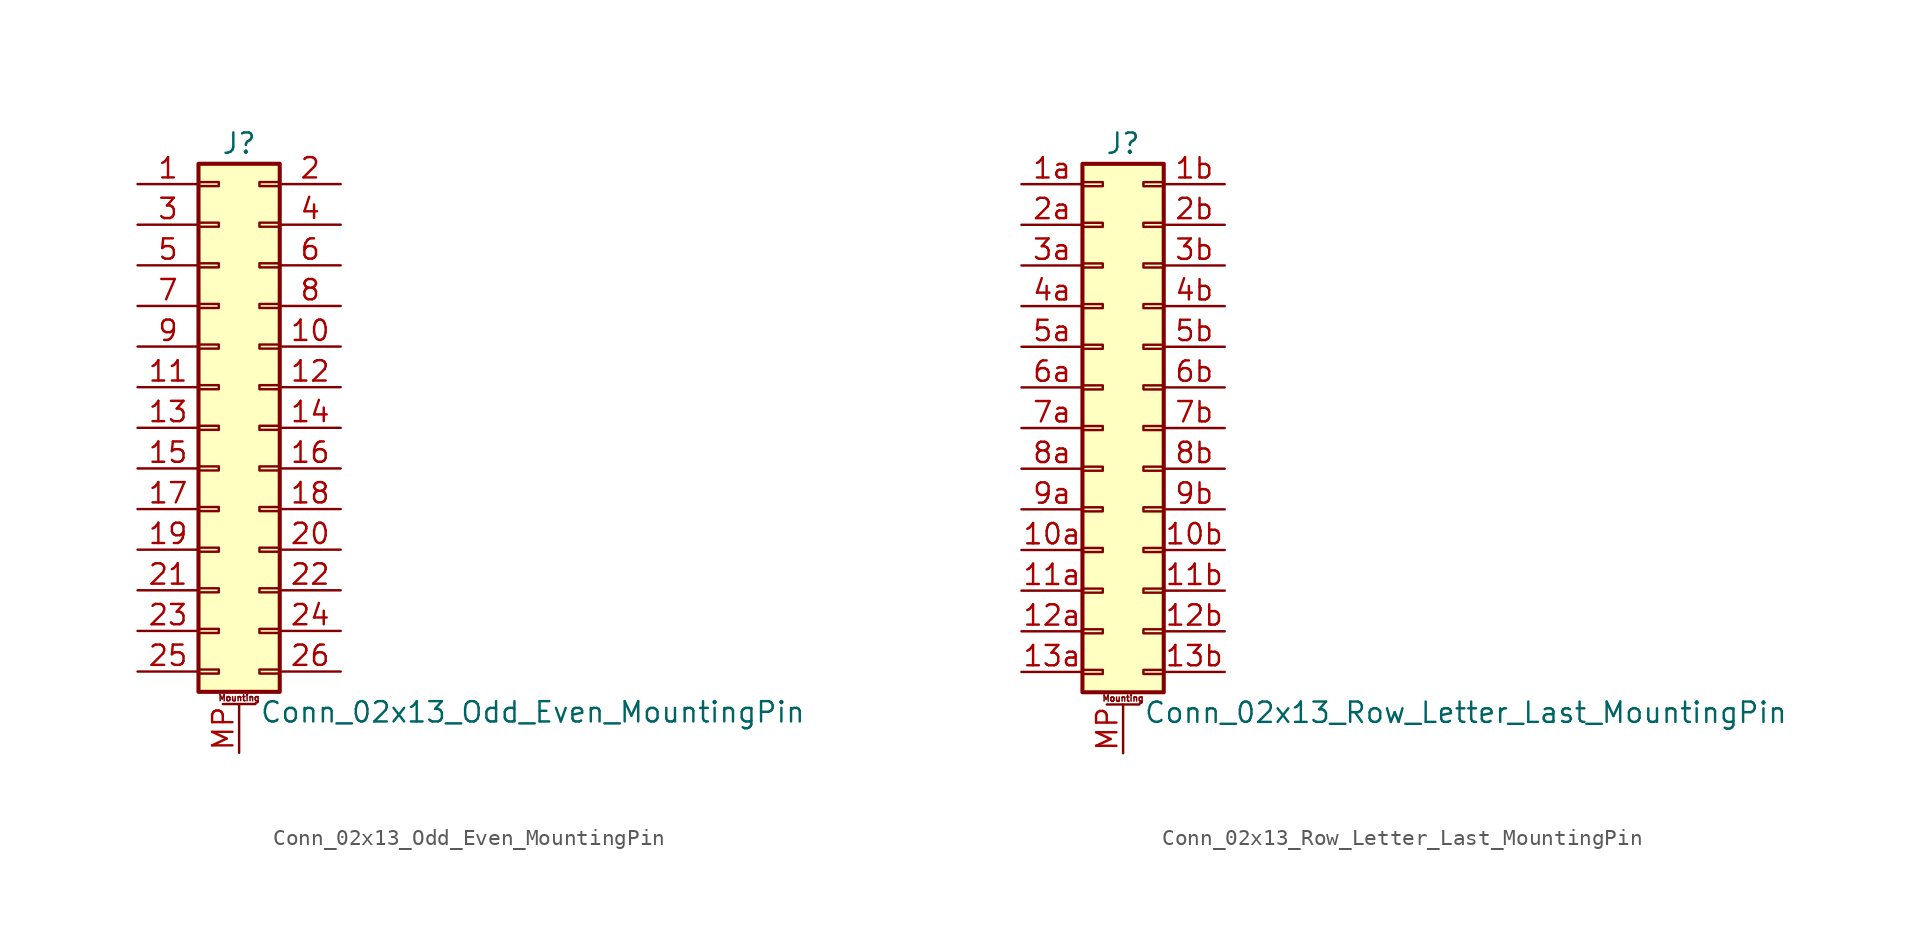
<source format=kicad_sym>
(kicad_symbol_lib
  (version 20201005)
  (generator kicad_symbol_editor)
  (symbol "Conn_02x13_Odd_Even_MountingPin"
    (pin_names
      (offset 1.016) hide)
    (property "Reference" "J"
      (at 1.27 17.78 0)
      (effects (font (size 1.27 1.27))))
    (property "Value" "Conn_02x13_Odd_Even_MountingPin"
      (at 2.54 -17.78 0)
      (effects (font (size 1.27 1.27)) (justify left)))
    (symbol "Conn_02x13_Odd_Even_MountingPin_1_1"
      (text "Mounting" (at 1.27 -16.891 0) (effects (font (size 0.381 0.381))))
      (rectangle (start -1.27 -15.113) (end 0 -15.367) (stroke (width 0.152)) (fill (type none)))
      (rectangle (start -1.27 -12.573) (end 0 -12.827) (stroke (width 0.152)) (fill (type none)))
      (rectangle (start -1.27 -10.033) (end 0 -10.287) (stroke (width 0.152)) (fill (type none)))
      (rectangle (start -1.27 -7.493) (end 0 -7.747) (stroke (width 0.152)) (fill (type none)))
      (rectangle (start -1.27 -4.953) (end 0 -5.207) (stroke (width 0.152)) (fill (type none)))
      (rectangle (start -1.27 -2.413) (end 0 -2.667) (stroke (width 0.152)) (fill (type none)))
      (rectangle (start -1.27 0.127) (end 0 -0.127) (stroke (width 0.152)) (fill (type none)))
      (rectangle (start -1.27 2.667) (end 0 2.413) (stroke (width 0.152)) (fill (type none)))
      (rectangle (start -1.27 5.207) (end 0 4.953) (stroke (width 0.152)) (fill (type none)))
      (rectangle (start -1.27 7.747) (end 0 7.493) (stroke (width 0.152)) (fill (type none)))
      (rectangle (start -1.27 10.287) (end 0 10.033) (stroke (width 0.152)) (fill (type none)))
      (rectangle (start -1.27 12.827) (end 0 12.573) (stroke (width 0.152)) (fill (type none)))
      (rectangle (start -1.27 15.367) (end 0 15.113) (stroke (width 0.152)) (fill (type none)))
      (rectangle (start -1.27 16.51) (end 3.81 -16.51) (stroke (width 0.254)) (fill (type background)))
      (rectangle (start 3.81 -15.113) (end 2.54 -15.367) (stroke (width 0.152)) (fill (type none)))
      (rectangle (start 3.81 -12.573) (end 2.54 -12.827) (stroke (width 0.152)) (fill (type none)))
      (rectangle (start 3.81 -10.033) (end 2.54 -10.287) (stroke (width 0.152)) (fill (type none)))
      (rectangle (start 3.81 -7.493) (end 2.54 -7.747) (stroke (width 0.152)) (fill (type none)))
      (rectangle (start 3.81 -4.953) (end 2.54 -5.207) (stroke (width 0.152)) (fill (type none)))
      (rectangle (start 3.81 -2.413) (end 2.54 -2.667) (stroke (width 0.152)) (fill (type none)))
      (rectangle (start 3.81 0.127) (end 2.54 -0.127) (stroke (width 0.152)) (fill (type none)))
      (rectangle (start 3.81 2.667) (end 2.54 2.413) (stroke (width 0.152)) (fill (type none)))
      (rectangle (start 3.81 5.207) (end 2.54 4.953) (stroke (width 0.152)) (fill (type none)))
      (rectangle (start 3.81 7.747) (end 2.54 7.493) (stroke (width 0.152)) (fill (type none)))
      (rectangle (start 3.81 10.287) (end 2.54 10.033) (stroke (width 0.152)) (fill (type none)))
      (rectangle (start 3.81 12.827) (end 2.54 12.573) (stroke (width 0.152)) (fill (type none)))
      (rectangle (start 3.81 15.367) (end 2.54 15.113) (stroke (width 0.152)) (fill (type none)))
      (polyline (pts (xy 0.254 -17.272) (xy 2.286 -17.272)) (stroke (width 0.152)) (fill (type none)))
      (pin passive line (at -5.08 15.24 0) (length 3.81) (name "Pin_1" (effects (font (size 1.27 1.27)))) (number "1" (effects (font (size 1.27 1.27)))))
      (pin passive line (at 7.62 5.08 180) (length 3.81) (name "Pin_10" (effects (font (size 1.27 1.27)))) (number "10" (effects (font (size 1.27 1.27)))))
      (pin passive line (at -5.08 2.54 0) (length 3.81) (name "Pin_11" (effects (font (size 1.27 1.27)))) (number "11" (effects (font (size 1.27 1.27)))))
      (pin passive line (at 7.62 2.54 180) (length 3.81) (name "Pin_12" (effects (font (size 1.27 1.27)))) (number "12" (effects (font (size 1.27 1.27)))))
      (pin passive line (at -5.08 0 0) (length 3.81) (name "Pin_13" (effects (font (size 1.27 1.27)))) (number "13" (effects (font (size 1.27 1.27)))))
      (pin passive line (at 7.62 0 180) (length 3.81) (name "Pin_14" (effects (font (size 1.27 1.27)))) (number "14" (effects (font (size 1.27 1.27)))))
      (pin passive line (at -5.08 -2.54 0) (length 3.81) (name "Pin_15" (effects (font (size 1.27 1.27)))) (number "15" (effects (font (size 1.27 1.27)))))
      (pin passive line (at 7.62 -2.54 180) (length 3.81) (name "Pin_16" (effects (font (size 1.27 1.27)))) (number "16" (effects (font (size 1.27 1.27)))))
      (pin passive line (at -5.08 -5.08 0) (length 3.81) (name "Pin_17" (effects (font (size 1.27 1.27)))) (number "17" (effects (font (size 1.27 1.27)))))
      (pin passive line (at 7.62 -5.08 180) (length 3.81) (name "Pin_18" (effects (font (size 1.27 1.27)))) (number "18" (effects (font (size 1.27 1.27)))))
      (pin passive line (at -5.08 -7.62 0) (length 3.81) (name "Pin_19" (effects (font (size 1.27 1.27)))) (number "19" (effects (font (size 1.27 1.27)))))
      (pin passive line (at 7.62 15.24 180) (length 3.81) (name "Pin_2" (effects (font (size 1.27 1.27)))) (number "2" (effects (font (size 1.27 1.27)))))
      (pin passive line (at 7.62 -7.62 180) (length 3.81) (name "Pin_20" (effects (font (size 1.27 1.27)))) (number "20" (effects (font (size 1.27 1.27)))))
      (pin passive line (at -5.08 -10.16 0) (length 3.81) (name "Pin_21" (effects (font (size 1.27 1.27)))) (number "21" (effects (font (size 1.27 1.27)))))
      (pin passive line (at 7.62 -10.16 180) (length 3.81) (name "Pin_22" (effects (font (size 1.27 1.27)))) (number "22" (effects (font (size 1.27 1.27)))))
      (pin passive line (at -5.08 -12.7 0) (length 3.81) (name "Pin_23" (effects (font (size 1.27 1.27)))) (number "23" (effects (font (size 1.27 1.27)))))
      (pin passive line (at 7.62 -12.7 180) (length 3.81) (name "Pin_24" (effects (font (size 1.27 1.27)))) (number "24" (effects (font (size 1.27 1.27)))))
      (pin passive line (at -5.08 -15.24 0) (length 3.81) (name "Pin_25" (effects (font (size 1.27 1.27)))) (number "25" (effects (font (size 1.27 1.27)))))
      (pin passive line (at 7.62 -15.24 180) (length 3.81) (name "Pin_26" (effects (font (size 1.27 1.27)))) (number "26" (effects (font (size 1.27 1.27)))))
      (pin passive line (at -5.08 12.7 0) (length 3.81) (name "Pin_3" (effects (font (size 1.27 1.27)))) (number "3" (effects (font (size 1.27 1.27)))))
      (pin passive line (at 7.62 12.7 180) (length 3.81) (name "Pin_4" (effects (font (size 1.27 1.27)))) (number "4" (effects (font (size 1.27 1.27)))))
      (pin passive line (at -5.08 10.16 0) (length 3.81) (name "Pin_5" (effects (font (size 1.27 1.27)))) (number "5" (effects (font (size 1.27 1.27)))))
      (pin passive line (at 7.62 10.16 180) (length 3.81) (name "Pin_6" (effects (font (size 1.27 1.27)))) (number "6" (effects (font (size 1.27 1.27)))))
      (pin passive line (at -5.08 7.62 0) (length 3.81) (name "Pin_7" (effects (font (size 1.27 1.27)))) (number "7" (effects (font (size 1.27 1.27)))))
      (pin passive line (at 7.62 7.62 180) (length 3.81) (name "Pin_8" (effects (font (size 1.27 1.27)))) (number "8" (effects (font (size 1.27 1.27)))))
      (pin passive line (at -5.08 5.08 0) (length 3.81) (name "Pin_9" (effects (font (size 1.27 1.27)))) (number "9" (effects (font (size 1.27 1.27)))))
      (pin passive line (at 1.27 -20.32 90) (length 3.048) (name "MountPin" (effects (font (size 1.27 1.27)))) (number "MP" (effects (font (size 1.27 1.27)))))))
  (symbol "Conn_02x13_Row_Letter_Last_MountingPin"
    (pin_names
      (offset 1.016) hide)
    (property "Reference" "J"
      (at 1.27 17.78 0)
      (effects (font (size 1.27 1.27))))
    (property "Value" "Conn_02x13_Row_Letter_Last_MountingPin"
      (at 2.54 -17.78 0)
      (effects (font (size 1.27 1.27)) (justify left)))
    (symbol "Conn_02x13_Row_Letter_Last_MountingPin_1_1"
      (text "Mounting" (at 1.27 -16.891 0) (effects (font (size 0.381 0.381))))
      (rectangle (start -1.27 -15.113) (end 0 -15.367) (stroke (width 0.152)) (fill (type none)))
      (rectangle (start -1.27 -12.573) (end 0 -12.827) (stroke (width 0.152)) (fill (type none)))
      (rectangle (start -1.27 -10.033) (end 0 -10.287) (stroke (width 0.152)) (fill (type none)))
      (rectangle (start -1.27 -7.493) (end 0 -7.747) (stroke (width 0.152)) (fill (type none)))
      (rectangle (start -1.27 -4.953) (end 0 -5.207) (stroke (width 0.152)) (fill (type none)))
      (rectangle (start -1.27 -2.413) (end 0 -2.667) (stroke (width 0.152)) (fill (type none)))
      (rectangle (start -1.27 0.127) (end 0 -0.127) (stroke (width 0.152)) (fill (type none)))
      (rectangle (start -1.27 2.667) (end 0 2.413) (stroke (width 0.152)) (fill (type none)))
      (rectangle (start -1.27 5.207) (end 0 4.953) (stroke (width 0.152)) (fill (type none)))
      (rectangle (start -1.27 7.747) (end 0 7.493) (stroke (width 0.152)) (fill (type none)))
      (rectangle (start -1.27 10.287) (end 0 10.033) (stroke (width 0.152)) (fill (type none)))
      (rectangle (start -1.27 12.827) (end 0 12.573) (stroke (width 0.152)) (fill (type none)))
      (rectangle (start -1.27 15.367) (end 0 15.113) (stroke (width 0.152)) (fill (type none)))
      (rectangle (start -1.27 16.51) (end 3.81 -16.51) (stroke (width 0.254)) (fill (type background)))
      (rectangle (start 3.81 -15.113) (end 2.54 -15.367) (stroke (width 0.152)) (fill (type none)))
      (rectangle (start 3.81 -12.573) (end 2.54 -12.827) (stroke (width 0.152)) (fill (type none)))
      (rectangle (start 3.81 -10.033) (end 2.54 -10.287) (stroke (width 0.152)) (fill (type none)))
      (rectangle (start 3.81 -7.493) (end 2.54 -7.747) (stroke (width 0.152)) (fill (type none)))
      (rectangle (start 3.81 -4.953) (end 2.54 -5.207) (stroke (width 0.152)) (fill (type none)))
      (rectangle (start 3.81 -2.413) (end 2.54 -2.667) (stroke (width 0.152)) (fill (type none)))
      (rectangle (start 3.81 0.127) (end 2.54 -0.127) (stroke (width 0.152)) (fill (type none)))
      (rectangle (start 3.81 2.667) (end 2.54 2.413) (stroke (width 0.152)) (fill (type none)))
      (rectangle (start 3.81 5.207) (end 2.54 4.953) (stroke (width 0.152)) (fill (type none)))
      (rectangle (start 3.81 7.747) (end 2.54 7.493) (stroke (width 0.152)) (fill (type none)))
      (rectangle (start 3.81 10.287) (end 2.54 10.033) (stroke (width 0.152)) (fill (type none)))
      (rectangle (start 3.81 12.827) (end 2.54 12.573) (stroke (width 0.152)) (fill (type none)))
      (rectangle (start 3.81 15.367) (end 2.54 15.113) (stroke (width 0.152)) (fill (type none)))
      (polyline (pts (xy 0.254 -17.272) (xy 2.286 -17.272)) (stroke (width 0.152)) (fill (type none)))
      (pin passive line (at -5.08 -7.62 0) (length 3.81) (name "Pin_10a" (effects (font (size 1.27 1.27)))) (number "10a" (effects (font (size 1.27 1.27)))))
      (pin passive line (at 7.62 -7.62 180) (length 3.81) (name "Pin_10b" (effects (font (size 1.27 1.27)))) (number "10b" (effects (font (size 1.27 1.27)))))
      (pin passive line (at -5.08 -10.16 0) (length 3.81) (name "Pin_11a" (effects (font (size 1.27 1.27)))) (number "11a" (effects (font (size 1.27 1.27)))))
      (pin passive line (at 7.62 -10.16 180) (length 3.81) (name "Pin_11b" (effects (font (size 1.27 1.27)))) (number "11b" (effects (font (size 1.27 1.27)))))
      (pin passive line (at -5.08 -12.7 0) (length 3.81) (name "Pin_12a" (effects (font (size 1.27 1.27)))) (number "12a" (effects (font (size 1.27 1.27)))))
      (pin passive line (at 7.62 -12.7 180) (length 3.81) (name "Pin_12b" (effects (font (size 1.27 1.27)))) (number "12b" (effects (font (size 1.27 1.27)))))
      (pin passive line (at -5.08 -15.24 0) (length 3.81) (name "Pin_13a" (effects (font (size 1.27 1.27)))) (number "13a" (effects (font (size 1.27 1.27)))))
      (pin passive line (at 7.62 -15.24 180) (length 3.81) (name "Pin_13b" (effects (font (size 1.27 1.27)))) (number "13b" (effects (font (size 1.27 1.27)))))
      (pin passive line (at -5.08 15.24 0) (length 3.81) (name "Pin_1a" (effects (font (size 1.27 1.27)))) (number "1a" (effects (font (size 1.27 1.27)))))
      (pin passive line (at 7.62 15.24 180) (length 3.81) (name "Pin_1b" (effects (font (size 1.27 1.27)))) (number "1b" (effects (font (size 1.27 1.27)))))
      (pin passive line (at -5.08 12.7 0) (length 3.81) (name "Pin_2a" (effects (font (size 1.27 1.27)))) (number "2a" (effects (font (size 1.27 1.27)))))
      (pin passive line (at 7.62 12.7 180) (length 3.81) (name "Pin_2b" (effects (font (size 1.27 1.27)))) (number "2b" (effects (font (size 1.27 1.27)))))
      (pin passive line (at -5.08 10.16 0) (length 3.81) (name "Pin_3a" (effects (font (size 1.27 1.27)))) (number "3a" (effects (font (size 1.27 1.27)))))
      (pin passive line (at 7.62 10.16 180) (length 3.81) (name "Pin_3b" (effects (font (size 1.27 1.27)))) (number "3b" (effects (font (size 1.27 1.27)))))
      (pin passive line (at -5.08 7.62 0) (length 3.81) (name "Pin_4a" (effects (font (size 1.27 1.27)))) (number "4a" (effects (font (size 1.27 1.27)))))
      (pin passive line (at 7.62 7.62 180) (length 3.81) (name "Pin_4b" (effects (font (size 1.27 1.27)))) (number "4b" (effects (font (size 1.27 1.27)))))
      (pin passive line (at -5.08 5.08 0) (length 3.81) (name "Pin_5a" (effects (font (size 1.27 1.27)))) (number "5a" (effects (font (size 1.27 1.27)))))
      (pin passive line (at 7.62 5.08 180) (length 3.81) (name "Pin_5b" (effects (font (size 1.27 1.27)))) (number "5b" (effects (font (size 1.27 1.27)))))
      (pin passive line (at -5.08 2.54 0) (length 3.81) (name "Pin_6a" (effects (font (size 1.27 1.27)))) (number "6a" (effects (font (size 1.27 1.27)))))
      (pin passive line (at 7.62 2.54 180) (length 3.81) (name "Pin_6b" (effects (font (size 1.27 1.27)))) (number "6b" (effects (font (size 1.27 1.27)))))
      (pin passive line (at -5.08 0 0) (length 3.81) (name "Pin_7a" (effects (font (size 1.27 1.27)))) (number "7a" (effects (font (size 1.27 1.27)))))
      (pin passive line (at 7.62 0 180) (length 3.81) (name "Pin_7b" (effects (font (size 1.27 1.27)))) (number "7b" (effects (font (size 1.27 1.27)))))
      (pin passive line (at -5.08 -2.54 0) (length 3.81) (name "Pin_8a" (effects (font (size 1.27 1.27)))) (number "8a" (effects (font (size 1.27 1.27)))))
      (pin passive line (at 7.62 -2.54 180) (length 3.81) (name "Pin_8b" (effects (font (size 1.27 1.27)))) (number "8b" (effects (font (size 1.27 1.27)))))
      (pin passive line (at -5.08 -5.08 0) (length 3.81) (name "Pin_9a" (effects (font (size 1.27 1.27)))) (number "9a" (effects (font (size 1.27 1.27)))))
      (pin passive line (at 7.62 -5.08 180) (length 3.81) (name "Pin_9b" (effects (font (size 1.27 1.27)))) (number "9b" (effects (font (size 1.27 1.27)))))
      (pin passive line (at 1.27 -20.32 90) (length 3.048) (name "MountPin" (effects (font (size 1.27 1.27)))) (number "MP" (effects (font (size 1.27 1.27))))))))
</source>
